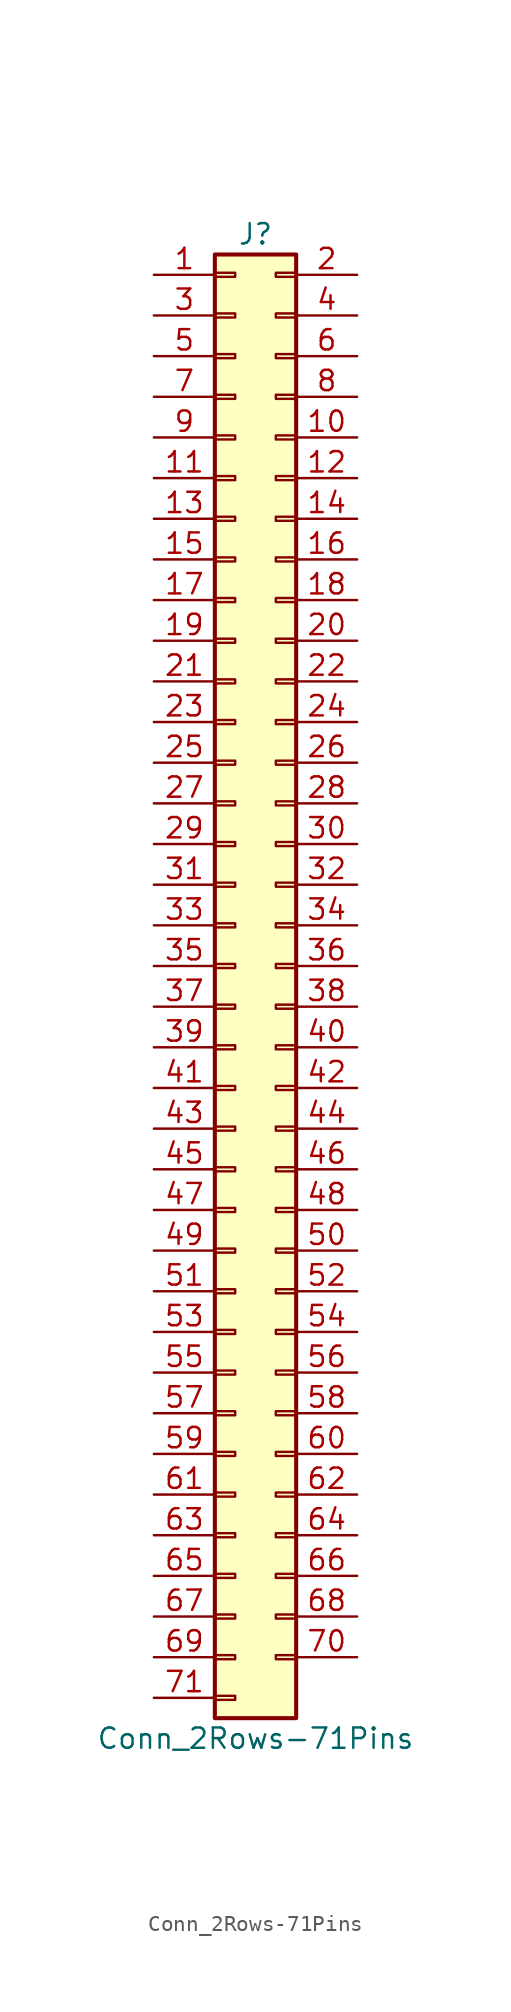
<source format=kicad_sym>
(kicad_symbol_lib
  (version 20211014)
  (generator kicad_symbol_editor)
  (symbol "Conn_2Rows-71Pins"
    (pin_names
      (offset 1.016) hide)
    (property "Reference" "J"
      (at 1.27 45.72 0)
      (effects (font (size 1.27 1.27))))
    (property "Value" "Conn_2Rows-71Pins"
      (at 1.27 -48.26 0)
      (effects (font (size 1.27 1.27))))
    (symbol "Conn_2Rows-71Pins_1_1"
      (rectangle (start -1.27 -45.593) (end 0 -45.847) (stroke (width 0.152) (type default) (color 0 0 0 0)) (fill (type none)))
      (rectangle (start -1.27 -43.053) (end 0 -43.307) (stroke (width 0.152) (type default) (color 0 0 0 0)) (fill (type none)))
      (rectangle (start -1.27 -40.513) (end 0 -40.767) (stroke (width 0.152) (type default) (color 0 0 0 0)) (fill (type none)))
      (rectangle (start -1.27 -37.973) (end 0 -38.227) (stroke (width 0.152) (type default) (color 0 0 0 0)) (fill (type none)))
      (rectangle (start -1.27 -35.433) (end 0 -35.687) (stroke (width 0.152) (type default) (color 0 0 0 0)) (fill (type none)))
      (rectangle (start -1.27 -32.893) (end 0 -33.147) (stroke (width 0.152) (type default) (color 0 0 0 0)) (fill (type none)))
      (rectangle (start -1.27 -30.353) (end 0 -30.607) (stroke (width 0.152) (type default) (color 0 0 0 0)) (fill (type none)))
      (rectangle (start -1.27 -27.813) (end 0 -28.067) (stroke (width 0.152) (type default) (color 0 0 0 0)) (fill (type none)))
      (rectangle (start -1.27 -25.273) (end 0 -25.527) (stroke (width 0.152) (type default) (color 0 0 0 0)) (fill (type none)))
      (rectangle (start -1.27 -22.733) (end 0 -22.987) (stroke (width 0.152) (type default) (color 0 0 0 0)) (fill (type none)))
      (rectangle (start -1.27 -20.193) (end 0 -20.447) (stroke (width 0.152) (type default) (color 0 0 0 0)) (fill (type none)))
      (rectangle (start -1.27 -17.653) (end 0 -17.907) (stroke (width 0.152) (type default) (color 0 0 0 0)) (fill (type none)))
      (rectangle (start -1.27 -15.113) (end 0 -15.367) (stroke (width 0.152) (type default) (color 0 0 0 0)) (fill (type none)))
      (rectangle (start -1.27 -12.573) (end 0 -12.827) (stroke (width 0.152) (type default) (color 0 0 0 0)) (fill (type none)))
      (rectangle (start -1.27 -10.033) (end 0 -10.287) (stroke (width 0.152) (type default) (color 0 0 0 0)) (fill (type none)))
      (rectangle (start -1.27 -7.493) (end 0 -7.747) (stroke (width 0.152) (type default) (color 0 0 0 0)) (fill (type none)))
      (rectangle (start -1.27 -4.953) (end 0 -5.207) (stroke (width 0.152) (type default) (color 0 0 0 0)) (fill (type none)))
      (rectangle (start -1.27 -2.413) (end 0 -2.667) (stroke (width 0.152) (type default) (color 0 0 0 0)) (fill (type none)))
      (rectangle (start -1.27 0.127) (end 0 -0.127) (stroke (width 0.152) (type default) (color 0 0 0 0)) (fill (type none)))
      (rectangle (start -1.27 2.667) (end 0 2.413) (stroke (width 0.152) (type default) (color 0 0 0 0)) (fill (type none)))
      (rectangle (start -1.27 5.207) (end 0 4.953) (stroke (width 0.152) (type default) (color 0 0 0 0)) (fill (type none)))
      (rectangle (start -1.27 7.747) (end 0 7.493) (stroke (width 0.152) (type default) (color 0 0 0 0)) (fill (type none)))
      (rectangle (start -1.27 10.287) (end 0 10.033) (stroke (width 0.152) (type default) (color 0 0 0 0)) (fill (type none)))
      (rectangle (start -1.27 12.827) (end 0 12.573) (stroke (width 0.152) (type default) (color 0 0 0 0)) (fill (type none)))
      (rectangle (start -1.27 15.367) (end 0 15.113) (stroke (width 0.152) (type default) (color 0 0 0 0)) (fill (type none)))
      (rectangle (start -1.27 17.907) (end 0 17.653) (stroke (width 0.152) (type default) (color 0 0 0 0)) (fill (type none)))
      (rectangle (start -1.27 20.447) (end 0 20.193) (stroke (width 0.152) (type default) (color 0 0 0 0)) (fill (type none)))
      (rectangle (start -1.27 22.987) (end 0 22.733) (stroke (width 0.152) (type default) (color 0 0 0 0)) (fill (type none)))
      (rectangle (start -1.27 25.527) (end 0 25.273) (stroke (width 0.152) (type default) (color 0 0 0 0)) (fill (type none)))
      (rectangle (start -1.27 28.067) (end 0 27.813) (stroke (width 0.152) (type default) (color 0 0 0 0)) (fill (type none)))
      (rectangle (start -1.27 30.607) (end 0 30.353) (stroke (width 0.152) (type default) (color 0 0 0 0)) (fill (type none)))
      (rectangle (start -1.27 33.147) (end 0 32.893) (stroke (width 0.152) (type default) (color 0 0 0 0)) (fill (type none)))
      (rectangle (start -1.27 35.687) (end 0 35.433) (stroke (width 0.152) (type default) (color 0 0 0 0)) (fill (type none)))
      (rectangle (start -1.27 38.227) (end 0 37.973) (stroke (width 0.152) (type default) (color 0 0 0 0)) (fill (type none)))
      (rectangle (start -1.27 40.767) (end 0 40.513) (stroke (width 0.152) (type default) (color 0 0 0 0)) (fill (type none)))
      (rectangle (start -1.27 43.307) (end 0 43.053) (stroke (width 0.152) (type default) (color 0 0 0 0)) (fill (type none)))
      (rectangle (start -1.27 44.45) (end 3.81 -46.99) (stroke (width 0.254) (type default) (color 0 0 0 0)) (fill (type background)))
      (rectangle (start 3.81 -43.053) (end 2.54 -43.307) (stroke (width 0.152) (type default) (color 0 0 0 0)) (fill (type none)))
      (rectangle (start 3.81 -40.513) (end 2.54 -40.767) (stroke (width 0.152) (type default) (color 0 0 0 0)) (fill (type none)))
      (rectangle (start 3.81 -37.973) (end 2.54 -38.227) (stroke (width 0.152) (type default) (color 0 0 0 0)) (fill (type none)))
      (rectangle (start 3.81 -35.433) (end 2.54 -35.687) (stroke (width 0.152) (type default) (color 0 0 0 0)) (fill (type none)))
      (rectangle (start 3.81 -32.893) (end 2.54 -33.147) (stroke (width 0.152) (type default) (color 0 0 0 0)) (fill (type none)))
      (rectangle (start 3.81 -30.353) (end 2.54 -30.607) (stroke (width 0.152) (type default) (color 0 0 0 0)) (fill (type none)))
      (rectangle (start 3.81 -27.813) (end 2.54 -28.067) (stroke (width 0.152) (type default) (color 0 0 0 0)) (fill (type none)))
      (rectangle (start 3.81 -25.273) (end 2.54 -25.527) (stroke (width 0.152) (type default) (color 0 0 0 0)) (fill (type none)))
      (rectangle (start 3.81 -22.733) (end 2.54 -22.987) (stroke (width 0.152) (type default) (color 0 0 0 0)) (fill (type none)))
      (rectangle (start 3.81 -20.193) (end 2.54 -20.447) (stroke (width 0.152) (type default) (color 0 0 0 0)) (fill (type none)))
      (rectangle (start 3.81 -17.653) (end 2.54 -17.907) (stroke (width 0.152) (type default) (color 0 0 0 0)) (fill (type none)))
      (rectangle (start 3.81 -15.113) (end 2.54 -15.367) (stroke (width 0.152) (type default) (color 0 0 0 0)) (fill (type none)))
      (rectangle (start 3.81 -12.573) (end 2.54 -12.827) (stroke (width 0.152) (type default) (color 0 0 0 0)) (fill (type none)))
      (rectangle (start 3.81 -10.033) (end 2.54 -10.287) (stroke (width 0.152) (type default) (color 0 0 0 0)) (fill (type none)))
      (rectangle (start 3.81 -7.493) (end 2.54 -7.747) (stroke (width 0.152) (type default) (color 0 0 0 0)) (fill (type none)))
      (rectangle (start 3.81 -4.953) (end 2.54 -5.207) (stroke (width 0.152) (type default) (color 0 0 0 0)) (fill (type none)))
      (rectangle (start 3.81 -2.413) (end 2.54 -2.667) (stroke (width 0.152) (type default) (color 0 0 0 0)) (fill (type none)))
      (rectangle (start 3.81 0.127) (end 2.54 -0.127) (stroke (width 0.152) (type default) (color 0 0 0 0)) (fill (type none)))
      (rectangle (start 3.81 2.667) (end 2.54 2.413) (stroke (width 0.152) (type default) (color 0 0 0 0)) (fill (type none)))
      (rectangle (start 3.81 5.207) (end 2.54 4.953) (stroke (width 0.152) (type default) (color 0 0 0 0)) (fill (type none)))
      (rectangle (start 3.81 7.747) (end 2.54 7.493) (stroke (width 0.152) (type default) (color 0 0 0 0)) (fill (type none)))
      (rectangle (start 3.81 10.287) (end 2.54 10.033) (stroke (width 0.152) (type default) (color 0 0 0 0)) (fill (type none)))
      (rectangle (start 3.81 12.827) (end 2.54 12.573) (stroke (width 0.152) (type default) (color 0 0 0 0)) (fill (type none)))
      (rectangle (start 3.81 15.367) (end 2.54 15.113) (stroke (width 0.152) (type default) (color 0 0 0 0)) (fill (type none)))
      (rectangle (start 3.81 17.907) (end 2.54 17.653) (stroke (width 0.152) (type default) (color 0 0 0 0)) (fill (type none)))
      (rectangle (start 3.81 20.447) (end 2.54 20.193) (stroke (width 0.152) (type default) (color 0 0 0 0)) (fill (type none)))
      (rectangle (start 3.81 22.987) (end 2.54 22.733) (stroke (width 0.152) (type default) (color 0 0 0 0)) (fill (type none)))
      (rectangle (start 3.81 25.527) (end 2.54 25.273) (stroke (width 0.152) (type default) (color 0 0 0 0)) (fill (type none)))
      (rectangle (start 3.81 28.067) (end 2.54 27.813) (stroke (width 0.152) (type default) (color 0 0 0 0)) (fill (type none)))
      (rectangle (start 3.81 30.607) (end 2.54 30.353) (stroke (width 0.152) (type default) (color 0 0 0 0)) (fill (type none)))
      (rectangle (start 3.81 33.147) (end 2.54 32.893) (stroke (width 0.152) (type default) (color 0 0 0 0)) (fill (type none)))
      (rectangle (start 3.81 35.687) (end 2.54 35.433) (stroke (width 0.152) (type default) (color 0 0 0 0)) (fill (type none)))
      (rectangle (start 3.81 38.227) (end 2.54 37.973) (stroke (width 0.152) (type default) (color 0 0 0 0)) (fill (type none)))
      (rectangle (start 3.81 40.767) (end 2.54 40.513) (stroke (width 0.152) (type default) (color 0 0 0 0)) (fill (type none)))
      (rectangle (start 3.81 43.307) (end 2.54 43.053) (stroke (width 0.152) (type default) (color 0 0 0 0)) (fill (type none)))
      (pin passive line (at -5.08 43.18 0) (length 3.81) (name "Pin_1" (effects (font (size 1.27 1.27)))) (number "1" (effects (font (size 1.27 1.27)))))
      (pin passive line (at 7.62 33.02 180) (length 3.81) (name "Pin_10" (effects (font (size 1.27 1.27)))) (number "10" (effects (font (size 1.27 1.27)))))
      (pin passive line (at -5.08 30.48 0) (length 3.81) (name "Pin_11" (effects (font (size 1.27 1.27)))) (number "11" (effects (font (size 1.27 1.27)))))
      (pin passive line (at 7.62 30.48 180) (length 3.81) (name "Pin_12" (effects (font (size 1.27 1.27)))) (number "12" (effects (font (size 1.27 1.27)))))
      (pin passive line (at -5.08 27.94 0) (length 3.81) (name "Pin_13" (effects (font (size 1.27 1.27)))) (number "13" (effects (font (size 1.27 1.27)))))
      (pin passive line (at 7.62 27.94 180) (length 3.81) (name "Pin_14" (effects (font (size 1.27 1.27)))) (number "14" (effects (font (size 1.27 1.27)))))
      (pin passive line (at -5.08 25.4 0) (length 3.81) (name "Pin_15" (effects (font (size 1.27 1.27)))) (number "15" (effects (font (size 1.27 1.27)))))
      (pin passive line (at 7.62 25.4 180) (length 3.81) (name "Pin_16" (effects (font (size 1.27 1.27)))) (number "16" (effects (font (size 1.27 1.27)))))
      (pin passive line (at -5.08 22.86 0) (length 3.81) (name "Pin_17" (effects (font (size 1.27 1.27)))) (number "17" (effects (font (size 1.27 1.27)))))
      (pin passive line (at 7.62 22.86 180) (length 3.81) (name "Pin_18" (effects (font (size 1.27 1.27)))) (number "18" (effects (font (size 1.27 1.27)))))
      (pin passive line (at -5.08 20.32 0) (length 3.81) (name "Pin_19" (effects (font (size 1.27 1.27)))) (number "19" (effects (font (size 1.27 1.27)))))
      (pin passive line (at 7.62 43.18 180) (length 3.81) (name "Pin_2" (effects (font (size 1.27 1.27)))) (number "2" (effects (font (size 1.27 1.27)))))
      (pin passive line (at 7.62 20.32 180) (length 3.81) (name "Pin_20" (effects (font (size 1.27 1.27)))) (number "20" (effects (font (size 1.27 1.27)))))
      (pin passive line (at -5.08 17.78 0) (length 3.81) (name "Pin_21" (effects (font (size 1.27 1.27)))) (number "21" (effects (font (size 1.27 1.27)))))
      (pin passive line (at 7.62 17.78 180) (length 3.81) (name "Pin_22" (effects (font (size 1.27 1.27)))) (number "22" (effects (font (size 1.27 1.27)))))
      (pin passive line (at -5.08 15.24 0) (length 3.81) (name "Pin_23" (effects (font (size 1.27 1.27)))) (number "23" (effects (font (size 1.27 1.27)))))
      (pin passive line (at 7.62 15.24 180) (length 3.81) (name "Pin_24" (effects (font (size 1.27 1.27)))) (number "24" (effects (font (size 1.27 1.27)))))
      (pin passive line (at -5.08 12.7 0) (length 3.81) (name "Pin_25" (effects (font (size 1.27 1.27)))) (number "25" (effects (font (size 1.27 1.27)))))
      (pin passive line (at 7.62 12.7 180) (length 3.81) (name "Pin_26" (effects (font (size 1.27 1.27)))) (number "26" (effects (font (size 1.27 1.27)))))
      (pin passive line (at -5.08 10.16 0) (length 3.81) (name "Pin_27" (effects (font (size 1.27 1.27)))) (number "27" (effects (font (size 1.27 1.27)))))
      (pin passive line (at 7.62 10.16 180) (length 3.81) (name "Pin_28" (effects (font (size 1.27 1.27)))) (number "28" (effects (font (size 1.27 1.27)))))
      (pin passive line (at -5.08 7.62 0) (length 3.81) (name "Pin_29" (effects (font (size 1.27 1.27)))) (number "29" (effects (font (size 1.27 1.27)))))
      (pin passive line (at -5.08 40.64 0) (length 3.81) (name "Pin_3" (effects (font (size 1.27 1.27)))) (number "3" (effects (font (size 1.27 1.27)))))
      (pin passive line (at 7.62 7.62 180) (length 3.81) (name "Pin_30" (effects (font (size 1.27 1.27)))) (number "30" (effects (font (size 1.27 1.27)))))
      (pin passive line (at -5.08 5.08 0) (length 3.81) (name "Pin_31" (effects (font (size 1.27 1.27)))) (number "31" (effects (font (size 1.27 1.27)))))
      (pin passive line (at 7.62 5.08 180) (length 3.81) (name "Pin_32" (effects (font (size 1.27 1.27)))) (number "32" (effects (font (size 1.27 1.27)))))
      (pin passive line (at -5.08 2.54 0) (length 3.81) (name "Pin_33" (effects (font (size 1.27 1.27)))) (number "33" (effects (font (size 1.27 1.27)))))
      (pin passive line (at 7.62 2.54 180) (length 3.81) (name "Pin_34" (effects (font (size 1.27 1.27)))) (number "34" (effects (font (size 1.27 1.27)))))
      (pin passive line (at -5.08 0 0) (length 3.81) (name "Pin_35" (effects (font (size 1.27 1.27)))) (number "35" (effects (font (size 1.27 1.27)))))
      (pin passive line (at 7.62 0 180) (length 3.81) (name "Pin_36" (effects (font (size 1.27 1.27)))) (number "36" (effects (font (size 1.27 1.27)))))
      (pin passive line (at -5.08 -2.54 0) (length 3.81) (name "Pin_37" (effects (font (size 1.27 1.27)))) (number "37" (effects (font (size 1.27 1.27)))))
      (pin passive line (at 7.62 -2.54 180) (length 3.81) (name "Pin_38" (effects (font (size 1.27 1.27)))) (number "38" (effects (font (size 1.27 1.27)))))
      (pin passive line (at -5.08 -5.08 0) (length 3.81) (name "Pin_39" (effects (font (size 1.27 1.27)))) (number "39" (effects (font (size 1.27 1.27)))))
      (pin passive line (at 7.62 40.64 180) (length 3.81) (name "Pin_4" (effects (font (size 1.27 1.27)))) (number "4" (effects (font (size 1.27 1.27)))))
      (pin passive line (at 7.62 -5.08 180) (length 3.81) (name "Pin_40" (effects (font (size 1.27 1.27)))) (number "40" (effects (font (size 1.27 1.27)))))
      (pin passive line (at -5.08 -7.62 0) (length 3.81) (name "Pin_41" (effects (font (size 1.27 1.27)))) (number "41" (effects (font (size 1.27 1.27)))))
      (pin passive line (at 7.62 -7.62 180) (length 3.81) (name "Pin_42" (effects (font (size 1.27 1.27)))) (number "42" (effects (font (size 1.27 1.27)))))
      (pin passive line (at -5.08 -10.16 0) (length 3.81) (name "Pin_43" (effects (font (size 1.27 1.27)))) (number "43" (effects (font (size 1.27 1.27)))))
      (pin passive line (at 7.62 -10.16 180) (length 3.81) (name "Pin_44" (effects (font (size 1.27 1.27)))) (number "44" (effects (font (size 1.27 1.27)))))
      (pin passive line (at -5.08 -12.7 0) (length 3.81) (name "Pin_45" (effects (font (size 1.27 1.27)))) (number "45" (effects (font (size 1.27 1.27)))))
      (pin passive line (at 7.62 -12.7 180) (length 3.81) (name "Pin_46" (effects (font (size 1.27 1.27)))) (number "46" (effects (font (size 1.27 1.27)))))
      (pin passive line (at -5.08 -15.24 0) (length 3.81) (name "Pin_47" (effects (font (size 1.27 1.27)))) (number "47" (effects (font (size 1.27 1.27)))))
      (pin passive line (at 7.62 -15.24 180) (length 3.81) (name "Pin_48" (effects (font (size 1.27 1.27)))) (number "48" (effects (font (size 1.27 1.27)))))
      (pin passive line (at -5.08 -17.78 0) (length 3.81) (name "Pin_49" (effects (font (size 1.27 1.27)))) (number "49" (effects (font (size 1.27 1.27)))))
      (pin passive line (at -5.08 38.1 0) (length 3.81) (name "Pin_5" (effects (font (size 1.27 1.27)))) (number "5" (effects (font (size 1.27 1.27)))))
      (pin passive line (at 7.62 -17.78 180) (length 3.81) (name "Pin_50" (effects (font (size 1.27 1.27)))) (number "50" (effects (font (size 1.27 1.27)))))
      (pin passive line (at -5.08 -20.32 0) (length 3.81) (name "Pin_51" (effects (font (size 1.27 1.27)))) (number "51" (effects (font (size 1.27 1.27)))))
      (pin passive line (at 7.62 -20.32 180) (length 3.81) (name "Pin_52" (effects (font (size 1.27 1.27)))) (number "52" (effects (font (size 1.27 1.27)))))
      (pin passive line (at -5.08 -22.86 0) (length 3.81) (name "Pin_53" (effects (font (size 1.27 1.27)))) (number "53" (effects (font (size 1.27 1.27)))))
      (pin passive line (at 7.62 -22.86 180) (length 3.81) (name "Pin_54" (effects (font (size 1.27 1.27)))) (number "54" (effects (font (size 1.27 1.27)))))
      (pin passive line (at -5.08 -25.4 0) (length 3.81) (name "Pin_55" (effects (font (size 1.27 1.27)))) (number "55" (effects (font (size 1.27 1.27)))))
      (pin passive line (at 7.62 -25.4 180) (length 3.81) (name "Pin_56" (effects (font (size 1.27 1.27)))) (number "56" (effects (font (size 1.27 1.27)))))
      (pin passive line (at -5.08 -27.94 0) (length 3.81) (name "Pin_57" (effects (font (size 1.27 1.27)))) (number "57" (effects (font (size 1.27 1.27)))))
      (pin passive line (at 7.62 -27.94 180) (length 3.81) (name "Pin_58" (effects (font (size 1.27 1.27)))) (number "58" (effects (font (size 1.27 1.27)))))
      (pin passive line (at -5.08 -30.48 0) (length 3.81) (name "Pin_59" (effects (font (size 1.27 1.27)))) (number "59" (effects (font (size 1.27 1.27)))))
      (pin passive line (at 7.62 38.1 180) (length 3.81) (name "Pin_6" (effects (font (size 1.27 1.27)))) (number "6" (effects (font (size 1.27 1.27)))))
      (pin passive line (at 7.62 -30.48 180) (length 3.81) (name "Pin_60" (effects (font (size 1.27 1.27)))) (number "60" (effects (font (size 1.27 1.27)))))
      (pin passive line (at -5.08 -33.02 0) (length 3.81) (name "Pin_61" (effects (font (size 1.27 1.27)))) (number "61" (effects (font (size 1.27 1.27)))))
      (pin passive line (at 7.62 -33.02 180) (length 3.81) (name "Pin_62" (effects (font (size 1.27 1.27)))) (number "62" (effects (font (size 1.27 1.27)))))
      (pin passive line (at -5.08 -35.56 0) (length 3.81) (name "Pin_63" (effects (font (size 1.27 1.27)))) (number "63" (effects (font (size 1.27 1.27)))))
      (pin passive line (at 7.62 -35.56 180) (length 3.81) (name "Pin_64" (effects (font (size 1.27 1.27)))) (number "64" (effects (font (size 1.27 1.27)))))
      (pin passive line (at -5.08 -38.1 0) (length 3.81) (name "Pin_65" (effects (font (size 1.27 1.27)))) (number "65" (effects (font (size 1.27 1.27)))))
      (pin passive line (at 7.62 -38.1 180) (length 3.81) (name "Pin_66" (effects (font (size 1.27 1.27)))) (number "66" (effects (font (size 1.27 1.27)))))
      (pin passive line (at -5.08 -40.64 0) (length 3.81) (name "Pin_67" (effects (font (size 1.27 1.27)))) (number "67" (effects (font (size 1.27 1.27)))))
      (pin passive line (at 7.62 -40.64 180) (length 3.81) (name "Pin_68" (effects (font (size 1.27 1.27)))) (number "68" (effects (font (size 1.27 1.27)))))
      (pin passive line (at -5.08 -43.18 0) (length 3.81) (name "Pin_69" (effects (font (size 1.27 1.27)))) (number "69" (effects (font (size 1.27 1.27)))))
      (pin passive line (at -5.08 35.56 0) (length 3.81) (name "Pin_7" (effects (font (size 1.27 1.27)))) (number "7" (effects (font (size 1.27 1.27)))))
      (pin passive line (at 7.62 -43.18 180) (length 3.81) (name "Pin_70" (effects (font (size 1.27 1.27)))) (number "70" (effects (font (size 1.27 1.27)))))
      (pin passive line (at -5.08 -45.72 0) (length 3.81) (name "Pin_71" (effects (font (size 1.27 1.27)))) (number "71" (effects (font (size 1.27 1.27)))))
      (pin passive line (at 7.62 35.56 180) (length 3.81) (name "Pin_8" (effects (font (size 1.27 1.27)))) (number "8" (effects (font (size 1.27 1.27)))))
      (pin passive line (at -5.08 33.02 0) (length 3.81) (name "Pin_9" (effects (font (size 1.27 1.27)))) (number "9" (effects (font (size 1.27 1.27))))))))
</source>
